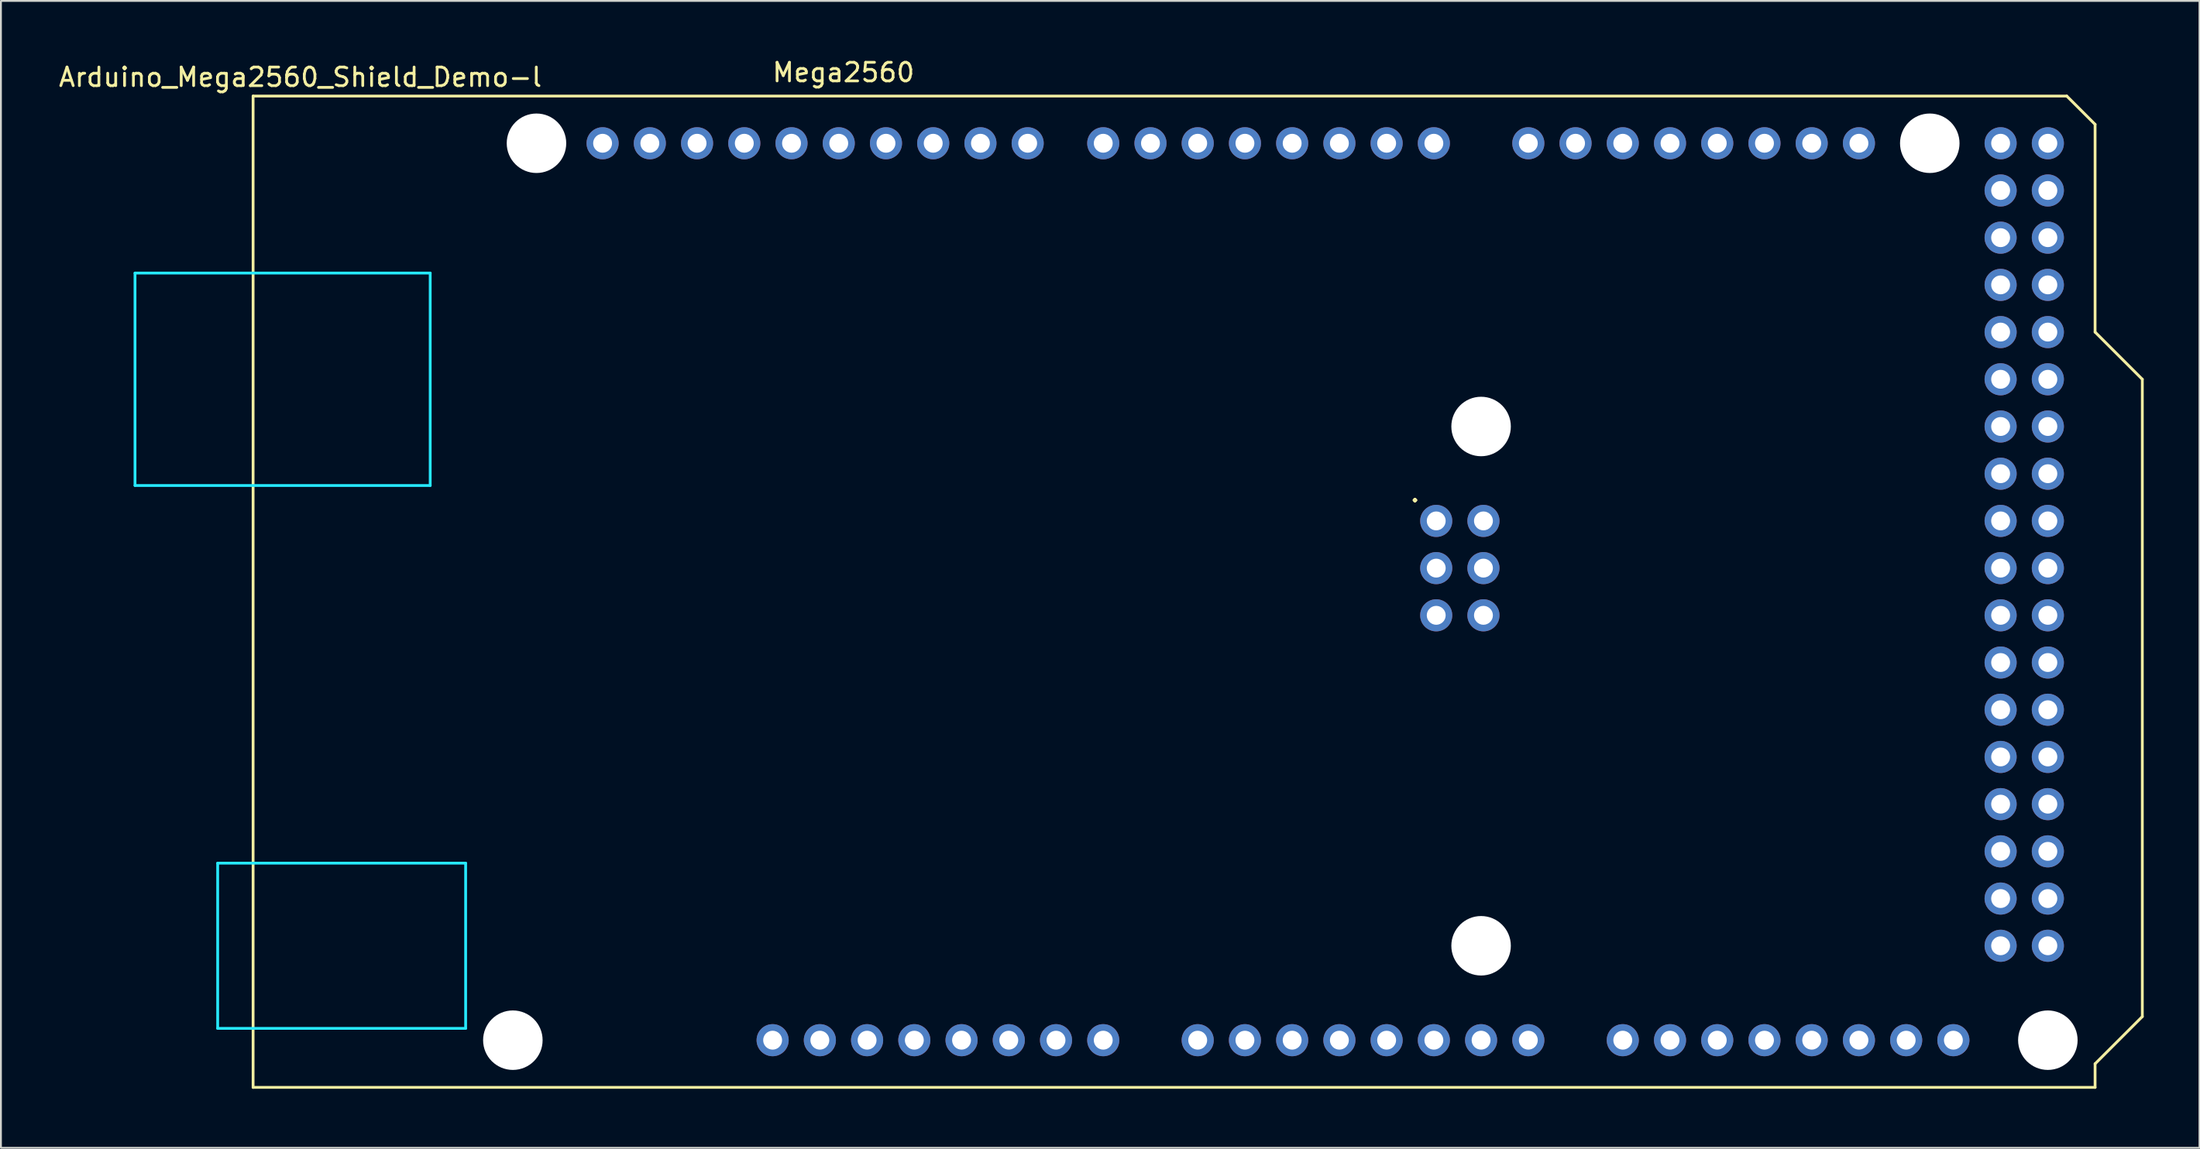
<source format=kicad_pcb>
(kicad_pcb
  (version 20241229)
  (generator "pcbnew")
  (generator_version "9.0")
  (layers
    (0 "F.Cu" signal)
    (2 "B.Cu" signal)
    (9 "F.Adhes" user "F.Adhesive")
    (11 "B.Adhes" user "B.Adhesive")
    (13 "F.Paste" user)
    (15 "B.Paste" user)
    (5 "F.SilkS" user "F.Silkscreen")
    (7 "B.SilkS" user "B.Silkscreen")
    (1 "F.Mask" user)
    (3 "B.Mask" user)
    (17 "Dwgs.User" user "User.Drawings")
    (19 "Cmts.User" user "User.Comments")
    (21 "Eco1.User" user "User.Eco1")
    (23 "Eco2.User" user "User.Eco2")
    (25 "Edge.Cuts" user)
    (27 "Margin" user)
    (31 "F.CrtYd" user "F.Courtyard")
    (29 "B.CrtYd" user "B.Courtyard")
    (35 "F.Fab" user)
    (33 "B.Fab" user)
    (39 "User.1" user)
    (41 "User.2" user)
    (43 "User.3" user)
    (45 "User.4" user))
  (footprint "Arduino_Mega2560_Shield_Demo-l"
    (layer "F.Cu")
    (at 10.561 55.458)
    (property "Reference" "Arduino_Mega2560_Shield_Demo-l" (at 2.54 -54.356 0) (layer "F.SilkS") (effects (font (size 1 1) (thickness 0.15))))
    (attr through_hole)
    (fp_line (start 0 -53.34) (end 0 0) (stroke (width 0.15) (type solid)) (layer "F.SilkS"))
    (fp_line (start 0 -53.34) (end 97.536 -53.34) (stroke (width 0.15) (type solid)) (layer "F.SilkS"))
    (fp_line (start 0 0) (end 99.06 0) (stroke (width 0.15) (type solid)) (layer "F.SilkS"))
    (fp_line (start 97.536 -53.34) (end 99.06 -51.816) (stroke (width 0.15) (type solid)) (layer "F.SilkS"))
    (fp_line (start 99.06 -40.64) (end 99.06 -51.816) (stroke (width 0.15) (type solid)) (layer "F.SilkS"))
    (fp_line (start 99.06 -1.27) (end 101.6 -3.81) (stroke (width 0.15) (type solid)) (layer "F.SilkS"))
    (fp_line (start 99.06 0) (end 99.06 -1.27) (stroke (width 0.15) (type solid)) (layer "F.SilkS"))
    (fp_line (start 101.6 -38.1) (end 99.06 -40.64) (stroke (width 0.15) (type solid)) (layer "F.SilkS"))
    (fp_line (start 101.6 -3.81) (end 101.6 -38.1) (stroke (width 0.15) (type solid)) (layer "F.SilkS"))
    (fp_line (start -6.35 -43.815) (end -6.35 -32.385) (stroke (width 0.15) (type solid)) (layer "B.CrtYd"))
    (fp_line (start -1.905 -12.065) (end -1.905 -3.175) (stroke (width 0.15) (type solid)) (layer "B.CrtYd"))
    (fp_line (start -1.905 -12.065) (end 11.43 -12.065) (stroke (width 0.15) (type solid)) (layer "B.CrtYd"))
    (fp_line (start -1.905 -3.175) (end 11.43 -3.175) (stroke (width 0.15) (type solid)) (layer "B.CrtYd"))
    (fp_line (start 9.525 -43.815) (end -6.35 -43.815) (stroke (width 0.15) (type solid)) (layer "B.CrtYd"))
    (fp_line (start 9.525 -43.815) (end 9.525 -32.385) (stroke (width 0.15) (type solid)) (layer "B.CrtYd"))
    (fp_line (start 9.525 -32.385) (end -6.35 -32.385) (stroke (width 0.15) (type solid)) (layer "B.CrtYd"))
    (fp_line (start 11.43 -12.065) (end 11.43 -3.175) (stroke (width 0.15) (type solid)) (layer "B.CrtYd"))
    (fp_text user "Mega2560" (at 31.75 -54.61 0) (layer "F.SilkS") (effects (font (size 1 1) (thickness 0.15))))
    (fp_text user "." (at 62.484 -32.004 0) (layer "F.SilkS") (effects (font (size 1 1) (thickness 0.15))))
    (pad "" np_thru_hole circle (at 13.97 -2.54) (size 3.2 3.2) (drill 3.2) (layers "*.Cu" "*.Mask"))
    (pad "" np_thru_hole circle (at 15.24 -50.8) (size 3.2 3.2) (drill 3.2) (layers "*.Cu" "*.Mask"))
    (pad "" thru_hole oval (at 27.94 -2.54) (size 1.727 1.727) (drill 1.016) (layers "*.Cu" "*.Mask"))
    (pad "" np_thru_hole circle (at 66.04 -35.56) (size 3.2 3.2) (drill 3.2) (layers "*.Cu" "*.Mask"))
    (pad "" np_thru_hole circle (at 66.04 -7.62) (size 3.2 3.2) (drill 3.2) (layers "*.Cu" "*.Mask"))
    (pad "" np_thru_hole circle (at 90.17 -50.8) (size 3.2 3.2) (drill 3.2) (layers "*.Cu" "*.Mask"))
    (pad "" np_thru_hole circle (at 96.52 -2.54) (size 3.2 3.2) (drill 3.2) (layers "*.Cu" "*.Mask"))
    (pad "3V3" thru_hole oval (at 35.56 -2.54) (size 1.727 1.727) (drill 1.016) (layers "*.Cu" "*.Mask"))
    (pad "5V1" thru_hole oval (at 38.1 -2.54) (size 1.727 1.727) (drill 1.016) (layers "*.Cu" "*.Mask"))
    (pad "5V2" thru_hole oval (at 66.167 -30.48) (size 1.727 1.727) (drill 1.016) (layers "*.Cu" "*.Mask"))
    (pad "5V3" thru_hole oval (at 93.98 -50.8) (size 1.727 1.727) (drill 1.016) (layers "*.Cu" "*.Mask"))
    (pad "5V4" thru_hole oval (at 96.52 -50.8) (size 1.727 1.727) (drill 1.016) (layers "*.Cu" "*.Mask"))
    (pad "A0" thru_hole oval (at 50.8 -2.54) (size 1.727 1.727) (drill 1.016) (layers "*.Cu" "*.Mask"))
    (pad "A1" thru_hole oval (at 53.34 -2.54) (size 1.727 1.727) (drill 1.016) (layers "*.Cu" "*.Mask"))
    (pad "A2" thru_hole oval (at 55.88 -2.54) (size 1.727 1.727) (drill 1.016) (layers "*.Cu" "*.Mask"))
    (pad "A3" thru_hole oval (at 58.42 -2.54) (size 1.727 1.727) (drill 1.016) (layers "*.Cu" "*.Mask"))
    (pad "A4" thru_hole oval (at 60.96 -2.54) (size 1.727 1.727) (drill 1.016) (layers "*.Cu" "*.Mask"))
    (pad "A5" thru_hole oval (at 63.5 -2.54) (size 1.727 1.727) (drill 1.016) (layers "*.Cu" "*.Mask"))
    (pad "A6" thru_hole oval (at 66.04 -2.54) (size 1.727 1.727) (drill 1.016) (layers "*.Cu" "*.Mask"))
    (pad "A7" thru_hole oval (at 68.58 -2.54) (size 1.727 1.727) (drill 1.016) (layers "*.Cu" "*.Mask"))
    (pad "A8" thru_hole oval (at 73.66 -2.54) (size 1.727 1.727) (drill 1.016) (layers "*.Cu" "*.Mask"))
    (pad "A9" thru_hole oval (at 76.2 -2.54) (size 1.727 1.727) (drill 1.016) (layers "*.Cu" "*.Mask"))
    (pad "A10" thru_hole oval (at 78.74 -2.54) (size 1.727 1.727) (drill 1.016) (layers "*.Cu" "*.Mask"))
    (pad "A11" thru_hole oval (at 81.28 -2.54) (size 1.727 1.727) (drill 1.016) (layers "*.Cu" "*.Mask"))
    (pad "A12" thru_hole oval (at 83.82 -2.54) (size 1.727 1.727) (drill 1.016) (layers "*.Cu" "*.Mask"))
    (pad "A13" thru_hole oval (at 86.36 -2.54) (size 1.727 1.727) (drill 1.016) (layers "*.Cu" "*.Mask"))
    (pad "A14" thru_hole oval (at 88.9 -2.54) (size 1.727 1.727) (drill 1.016) (layers "*.Cu" "*.Mask"))
    (pad "A15" thru_hole oval (at 91.44 -2.54) (size 1.727 1.727) (drill 1.016) (layers "*.Cu" "*.Mask"))
    (pad "AREF" thru_hole oval (at 23.876 -50.8) (size 1.727 1.727) (drill 1.016) (layers "*.Cu" "*.Mask"))
    (pad "D0" thru_hole oval (at 63.5 -50.8) (size 1.727 1.727) (drill 1.016) (layers "*.Cu" "*.Mask"))
    (pad "D1" thru_hole oval (at 60.96 -50.8) (size 1.727 1.727) (drill 1.016) (layers "*.Cu" "*.Mask"))
    (pad "D2" thru_hole oval (at 58.42 -50.8) (size 1.727 1.727) (drill 1.016) (layers "*.Cu" "*.Mask"))
    (pad "D3" thru_hole oval (at 55.88 -50.8) (size 1.727 1.727) (drill 1.016) (layers "*.Cu" "*.Mask"))
    (pad "D4" thru_hole oval (at 53.34 -50.8) (size 1.727 1.727) (drill 1.016) (layers "*.Cu" "*.Mask"))
    (pad "D5" thru_hole oval (at 50.8 -50.8) (size 1.727 1.727) (drill 1.016) (layers "*.Cu" "*.Mask"))
    (pad "D6" thru_hole oval (at 48.26 -50.8) (size 1.727 1.727) (drill 1.016) (layers "*.Cu" "*.Mask"))
    (pad "D7" thru_hole oval (at 45.72 -50.8) (size 1.727 1.727) (drill 1.016) (layers "*.Cu" "*.Mask"))
    (pad "D8" thru_hole oval (at 41.656 -50.8) (size 1.727 1.727) (drill 1.016) (layers "*.Cu" "*.Mask"))
    (pad "D9" thru_hole oval (at 39.116 -50.8) (size 1.727 1.727) (drill 1.016) (layers "*.Cu" "*.Mask"))
    (pad "D10" thru_hole oval (at 36.576 -50.8) (size 1.727 1.727) (drill 1.016) (layers "*.Cu" "*.Mask"))
    (pad "D11" thru_hole oval (at 34.036 -50.8) (size 1.727 1.727) (drill 1.016) (layers "*.Cu" "*.Mask"))
    (pad "D12" thru_hole oval (at 31.496 -50.8) (size 1.727 1.727) (drill 1.016) (layers "*.Cu" "*.Mask"))
    (pad "D13" thru_hole oval (at 28.956 -50.8) (size 1.727 1.727) (drill 1.016) (layers "*.Cu" "*.Mask"))
    (pad "D14" thru_hole oval (at 68.58 -50.8) (size 1.727 1.727) (drill 1.016) (layers "*.Cu" "*.Mask"))
    (pad "D15" thru_hole oval (at 71.12 -50.8) (size 1.727 1.727) (drill 1.016) (layers "*.Cu" "*.Mask"))
    (pad "D16" thru_hole oval (at 73.66 -50.8) (size 1.727 1.727) (drill 1.016) (layers "*.Cu" "*.Mask"))
    (pad "D17" thru_hole oval (at 76.2 -50.8) (size 1.727 1.727) (drill 1.016) (layers "*.Cu" "*.Mask"))
    (pad "D18" thru_hole oval (at 78.74 -50.8) (size 1.727 1.727) (drill 1.016) (layers "*.Cu" "*.Mask"))
    (pad "D19" thru_hole oval (at 81.28 -50.8) (size 1.727 1.727) (drill 1.016) (layers "*.Cu" "*.Mask"))
    (pad "D20" thru_hole oval (at 83.82 -50.8) (size 1.727 1.727) (drill 1.016) (layers "*.Cu" "*.Mask"))
    (pad "D21" thru_hole oval (at 86.36 -50.8) (size 1.727 1.727) (drill 1.016) (layers "*.Cu" "*.Mask"))
    (pad "D22" thru_hole oval (at 93.98 -48.26) (size 1.727 1.727) (drill 1.016) (layers "*.Cu" "*.Mask"))
    (pad "D23" thru_hole oval (at 96.52 -48.26) (size 1.727 1.727) (drill 1.016) (layers "*.Cu" "*.Mask"))
    (pad "D24" thru_hole oval (at 93.98 -45.72) (size 1.727 1.727) (drill 1.016) (layers "*.Cu" "*.Mask"))
    (pad "D25" thru_hole oval (at 96.52 -45.72) (size 1.727 1.727) (drill 1.016) (layers "*.Cu" "*.Mask"))
    (pad "D26" thru_hole oval (at 93.98 -43.18) (size 1.727 1.727) (drill 1.016) (layers "*.Cu" "*.Mask"))
    (pad "D27" thru_hole oval (at 96.52 -43.18) (size 1.727 1.727) (drill 1.016) (layers "*.Cu" "*.Mask"))
    (pad "D28" thru_hole oval (at 93.98 -40.64) (size 1.727 1.727) (drill 1.016) (layers "*.Cu" "*.Mask"))
    (pad "D29" thru_hole oval (at 96.52 -40.64) (size 1.727 1.727) (drill 1.016) (layers "*.Cu" "*.Mask"))
    (pad "D30" thru_hole oval (at 93.98 -38.1) (size 1.727 1.727) (drill 1.016) (layers "*.Cu" "*.Mask"))
    (pad "D31" thru_hole oval (at 96.52 -38.1) (size 1.727 1.727) (drill 1.016) (layers "*.Cu" "*.Mask"))
    (pad "D32" thru_hole oval (at 93.98 -35.56) (size 1.727 1.727) (drill 1.016) (layers "*.Cu" "*.Mask"))
    (pad "D33" thru_hole oval (at 96.52 -35.56) (size 1.727 1.727) (drill 1.016) (layers "*.Cu" "*.Mask"))
    (pad "D34" thru_hole oval (at 93.98 -33.02) (size 1.727 1.727) (drill 1.016) (layers "*.Cu" "*.Mask"))
    (pad "D35" thru_hole oval (at 96.52 -33.02) (size 1.727 1.727) (drill 1.016) (layers "*.Cu" "*.Mask"))
    (pad "D36" thru_hole oval (at 93.98 -30.48) (size 1.727 1.727) (drill 1.016) (layers "*.Cu" "*.Mask"))
    (pad "D37" thru_hole oval (at 96.52 -30.48) (size 1.727 1.727) (drill 1.016) (layers "*.Cu" "*.Mask"))
    (pad "D38" thru_hole oval (at 93.98 -27.94) (size 1.727 1.727) (drill 1.016) (layers "*.Cu" "*.Mask"))
    (pad "D39" thru_hole oval (at 96.52 -27.94) (size 1.727 1.727) (drill 1.016) (layers "*.Cu" "*.Mask"))
    (pad "D40" thru_hole oval (at 93.98 -25.4) (size 1.727 1.727) (drill 1.016) (layers "*.Cu" "*.Mask"))
    (pad "D41" thru_hole oval (at 96.52 -25.4) (size 1.727 1.727) (drill 1.016) (layers "*.Cu" "*.Mask"))
    (pad "D42" thru_hole oval (at 93.98 -22.86) (size 1.727 1.727) (drill 1.016) (layers "*.Cu" "*.Mask"))
    (pad "D43" thru_hole oval (at 96.52 -22.86) (size 1.727 1.727) (drill 1.016) (layers "*.Cu" "*.Mask"))
    (pad "D44" thru_hole oval (at 93.98 -20.32) (size 1.727 1.727) (drill 1.016) (layers "*.Cu" "*.Mask"))
    (pad "D45" thru_hole oval (at 96.52 -20.32) (size 1.727 1.727) (drill 1.016) (layers "*.Cu" "*.Mask"))
    (pad "D46" thru_hole oval (at 93.98 -17.78) (size 1.727 1.727) (drill 1.016) (layers "*.Cu" "*.Mask"))
    (pad "D47" thru_hole oval (at 96.52 -17.78) (size 1.727 1.727) (drill 1.016) (layers "*.Cu" "*.Mask"))
    (pad "D48" thru_hole oval (at 93.98 -15.24) (size 1.727 1.727) (drill 1.016) (layers "*.Cu" "*.Mask"))
    (pad "D49" thru_hole oval (at 96.52 -15.24) (size 1.727 1.727) (drill 1.016) (layers "*.Cu" "*.Mask"))
    (pad "D50" thru_hole oval (at 93.98 -12.7) (size 1.727 1.727) (drill 1.016) (layers "*.Cu" "*.Mask"))
    (pad "D51" thru_hole oval (at 96.52 -12.7) (size 1.727 1.727) (drill 1.016) (layers "*.Cu" "*.Mask"))
    (pad "D52" thru_hole oval (at 93.98 -10.16) (size 1.727 1.727) (drill 1.016) (layers "*.Cu" "*.Mask"))
    (pad "D53" thru_hole oval (at 96.52 -10.16) (size 1.727 1.727) (drill 1.016) (layers "*.Cu" "*.Mask"))
    (pad "GND1" thru_hole oval (at 26.416 -50.8) (size 1.727 1.727) (drill 1.016) (layers "*.Cu" "*.Mask"))
    (pad "GND2" thru_hole oval (at 40.64 -2.54) (size 1.727 1.727) (drill 1.016) (layers "*.Cu" "*.Mask"))
    (pad "GND3" thru_hole oval (at 43.18 -2.54) (size 1.727 1.727) (drill 1.016) (layers "*.Cu" "*.Mask"))
    (pad "GND4" thru_hole oval (at 66.167 -25.4) (size 1.727 1.727) (drill 1.016) (layers "*.Cu" "*.Mask"))
    (pad "GND5" thru_hole oval (at 93.98 -7.62) (size 1.727 1.727) (drill 1.016) (layers "*.Cu" "*.Mask"))
    (pad "GND6" thru_hole oval (at 96.52 -7.62) (size 1.727 1.727) (drill 1.016) (layers "*.Cu" "*.Mask"))
    (pad "IORF" thru_hole oval (at 30.48 -2.54) (size 1.727 1.727) (drill 1.016) (layers "*.Cu" "*.Mask"))
    (pad "MISO" thru_hole oval (at 63.627 -30.48) (size 1.727 1.727) (drill 1.016) (layers "*.Cu" "*.Mask"))
    (pad "MOSI" thru_hole oval (at 66.167 -27.94) (size 1.727 1.727) (drill 1.016) (layers "*.Cu" "*.Mask"))
    (pad "RST1" thru_hole oval (at 33.02 -2.54) (size 1.727 1.727) (drill 1.016) (layers "*.Cu" "*.Mask"))
    (pad "RST2" thru_hole oval (at 63.627 -25.4) (size 1.727 1.727) (drill 1.016) (layers "*.Cu" "*.Mask"))
    (pad "SCK" thru_hole oval (at 63.627 -27.94) (size 1.727 1.727) (drill 1.016) (layers "*.Cu" "*.Mask"))
    (pad "SCL" thru_hole oval (at 18.796 -50.8) (size 1.727 1.727) (drill 1.016) (layers "*.Cu" "*.Mask"))
    (pad "SDA" thru_hole oval (at 21.336 -50.8) (size 1.727 1.727) (drill 1.016) (layers "*.Cu" "*.Mask"))
    (pad "VIN" thru_hole oval (at 45.72 -2.54) (size 1.727 1.727) (drill 1.016) (layers "*.Cu" "*.Mask")))
  (gr_rect
    (start -3 -3)
    (end 115.236 58.708)
    (stroke (width 0.1) (type default))
    (fill no)
    (layer "Edge.Cuts")))
</source>
